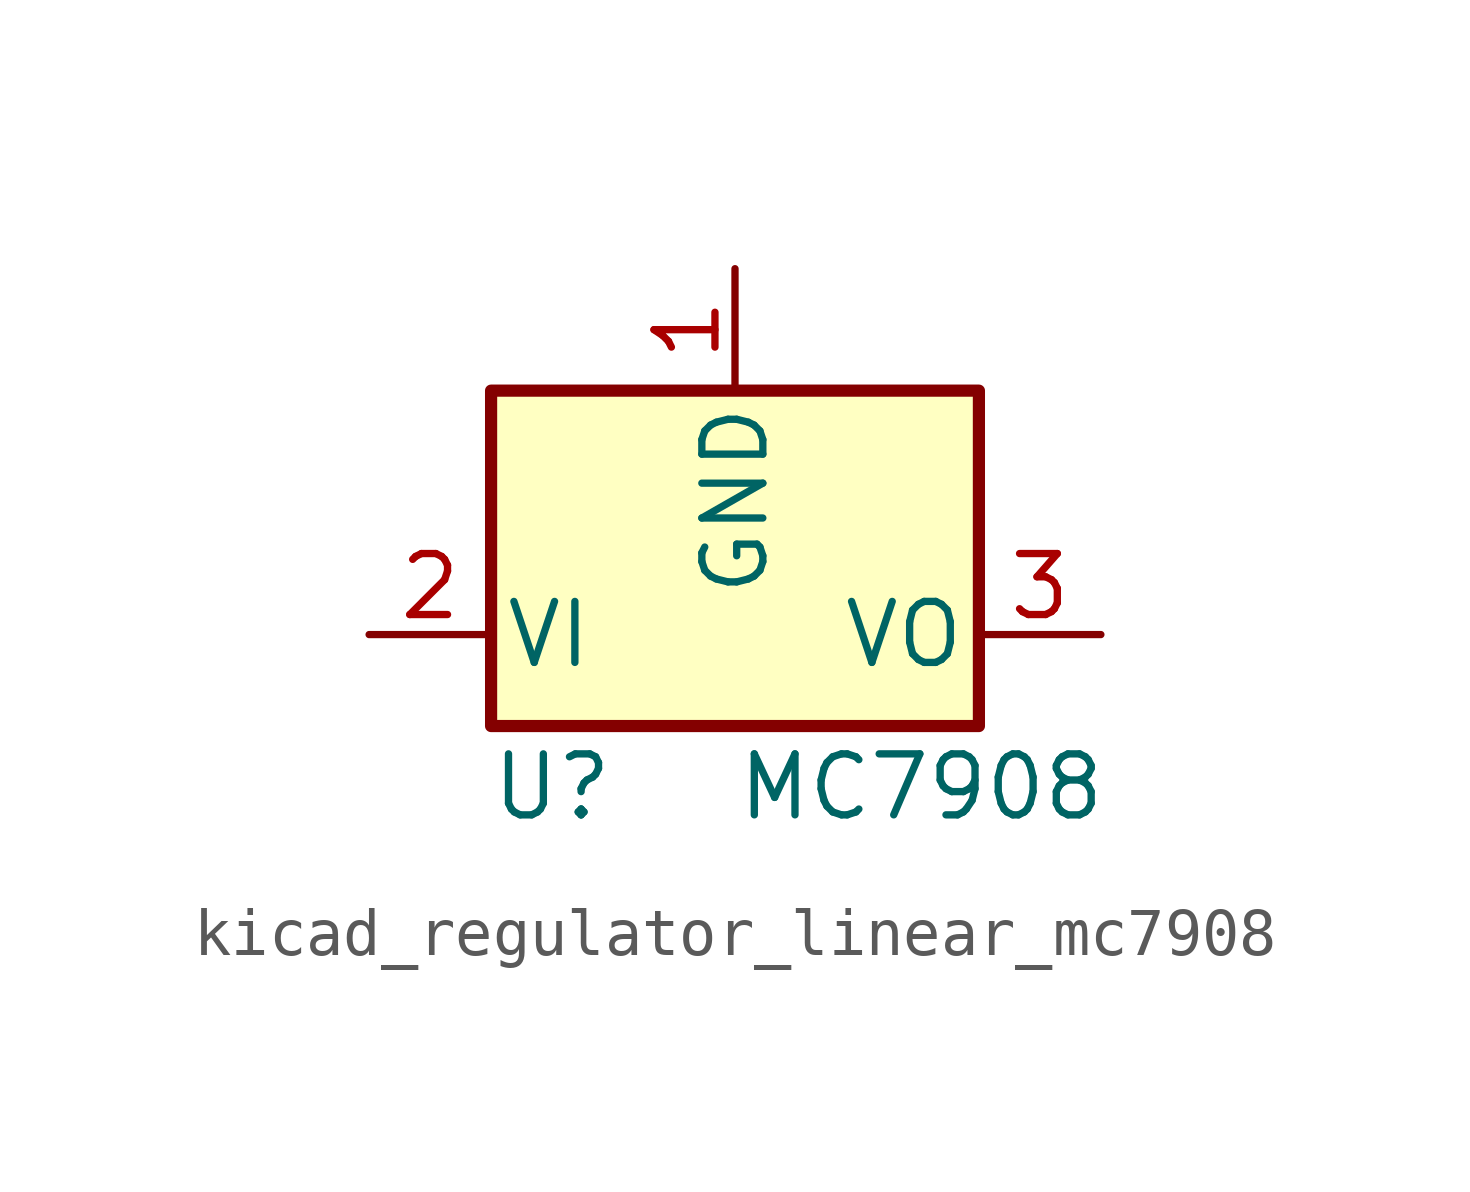
<source format=kicad_sym>
(kicad_symbol_lib
  (version 20220914)
  (generator kicad_symbol_editor)
  (symbol "kicad_regulator_linear_mc7908"
    (pin_names
      (offset 0.254))
    (property "Reference" "U"
      (at -3.81 -3.175 0)
      (effects (font (size 1.27 1.27))))
    (property "Value" "MC7908"
      (at 0 -3.175 0)
      (effects (font (size 1.27 1.27)) (justify left)))
    (symbol "kicad_regulator_linear_mc7908_0_1"
      (rectangle (start -5.08 5.08) (end 5.08 -1.905) (stroke (width 0.254) (type default)) (fill (type background))))
    (symbol "kicad_regulator_linear_mc7908_1_1"
      (pin power_in line (at 0 7.62 270) (length 2.54) (name "GND" (effects (font (size 1.27 1.27)))) (number "1" (effects (font (size 1.27 1.27)))))
      (pin power_in line (at -7.62 0 0) (length 2.54) (name "VI" (effects (font (size 1.27 1.27)))) (number "2" (effects (font (size 1.27 1.27)))))
      (pin power_out line (at 7.62 0 180) (length 2.54) (name "VO" (effects (font (size 1.27 1.27)))) (number "3" (effects (font (size 1.27 1.27))))))))
</source>
